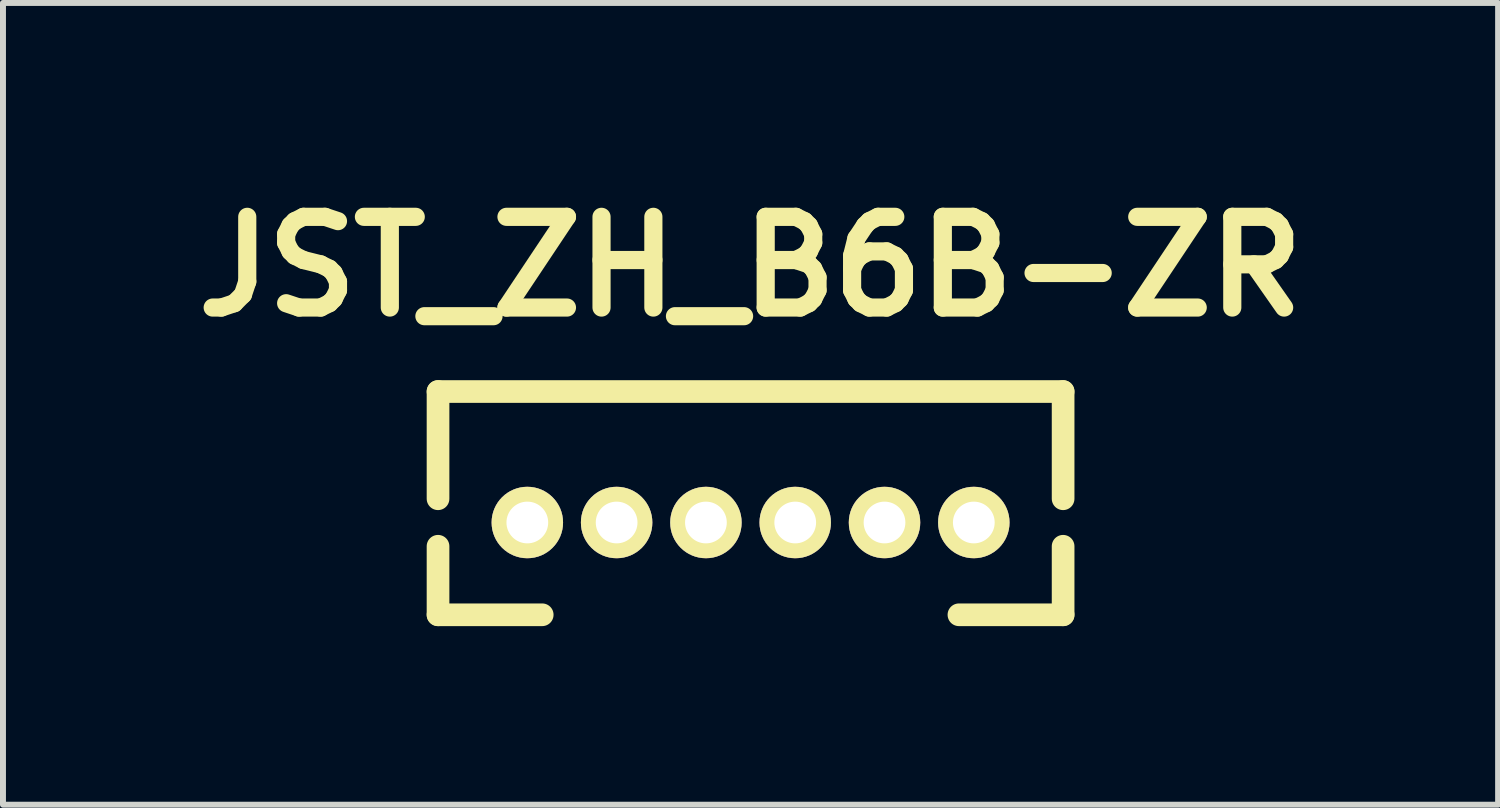
<source format=kicad_pcb>
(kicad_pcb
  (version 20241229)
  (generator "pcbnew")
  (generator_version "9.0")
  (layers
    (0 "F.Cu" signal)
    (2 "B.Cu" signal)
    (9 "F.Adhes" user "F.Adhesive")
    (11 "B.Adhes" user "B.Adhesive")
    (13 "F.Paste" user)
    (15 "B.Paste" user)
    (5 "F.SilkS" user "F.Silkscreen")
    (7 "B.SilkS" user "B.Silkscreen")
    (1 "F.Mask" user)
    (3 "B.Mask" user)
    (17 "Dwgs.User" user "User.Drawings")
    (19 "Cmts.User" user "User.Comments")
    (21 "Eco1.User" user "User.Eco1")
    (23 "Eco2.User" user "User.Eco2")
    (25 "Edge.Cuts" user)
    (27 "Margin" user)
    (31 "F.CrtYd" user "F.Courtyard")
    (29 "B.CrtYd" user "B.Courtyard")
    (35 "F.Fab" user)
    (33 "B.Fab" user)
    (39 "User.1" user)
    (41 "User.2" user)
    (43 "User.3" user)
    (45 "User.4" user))
  (footprint "JST_ZH_B6B-ZR"
    (layer "F.Cu")
    (at 9.558 5.727)
    (property "Reference" "JST_ZH_B6B-ZR" (at 0 -4.3 0) (layer "F.SilkS") (effects (font (size 1.524 1.524) (thickness 0.305))))
    (attr through_hole)
    (fp_line (start -5.25 -2.2) (end -5.25 -0.399) (stroke (width 0.381) (type solid)) (layer "F.SilkS"))
    (fp_line (start -5.25 -2.2) (end 5.25 -2.2) (stroke (width 0.381) (type solid)) (layer "F.SilkS"))
    (fp_line (start -5.25 1.55) (end -5.25 0.399) (stroke (width 0.381) (type solid)) (layer "F.SilkS"))
    (fp_line (start -5.25 1.55) (end -3.5 1.55) (stroke (width 0.381) (type solid)) (layer "F.SilkS"))
    (fp_line (start 3.5 1.55) (end 5.25 1.55) (stroke (width 0.381) (type solid)) (layer "F.SilkS"))
    (fp_line (start 5.25 -2.2) (end 5.25 -0.399) (stroke (width 0.381) (type solid)) (layer "F.SilkS"))
    (fp_line (start 5.25 1.55) (end 5.25 0.399) (stroke (width 0.381) (type solid)) (layer "F.SilkS"))
    (pad "1" thru_hole circle (at 3.75 0) (size 1.2 1.2) (drill 0.701) (layers "*.Cu" "*.Mask" "F.SilkS"))
    (pad "2" thru_hole circle (at 2.25 0) (size 1.2 1.2) (drill 0.701) (layers "*.Cu" "*.Mask" "F.SilkS"))
    (pad "3" thru_hole circle (at 0.75 0) (size 1.2 1.2) (drill 0.701) (layers "*.Cu" "*.Mask" "F.SilkS"))
    (pad "4" thru_hole circle (at -0.75 0) (size 1.2 1.2) (drill 0.701) (layers "*.Cu" "*.Mask" "F.SilkS"))
    (pad "5" thru_hole circle (at -2.25 0) (size 1.2 1.2) (drill 0.701) (layers "*.Cu" "*.Mask" "F.SilkS"))
    (pad "6" thru_hole circle (at -3.75 0) (size 1.2 1.2) (drill 0.701) (layers "*.Cu" "*.Mask" "F.SilkS")))
  (gr_rect
    (start -3 -3)
    (end 22.115 10.467)
    (stroke (width 0.1) (type default))
    (fill no)
    (layer "Edge.Cuts")))
</source>
